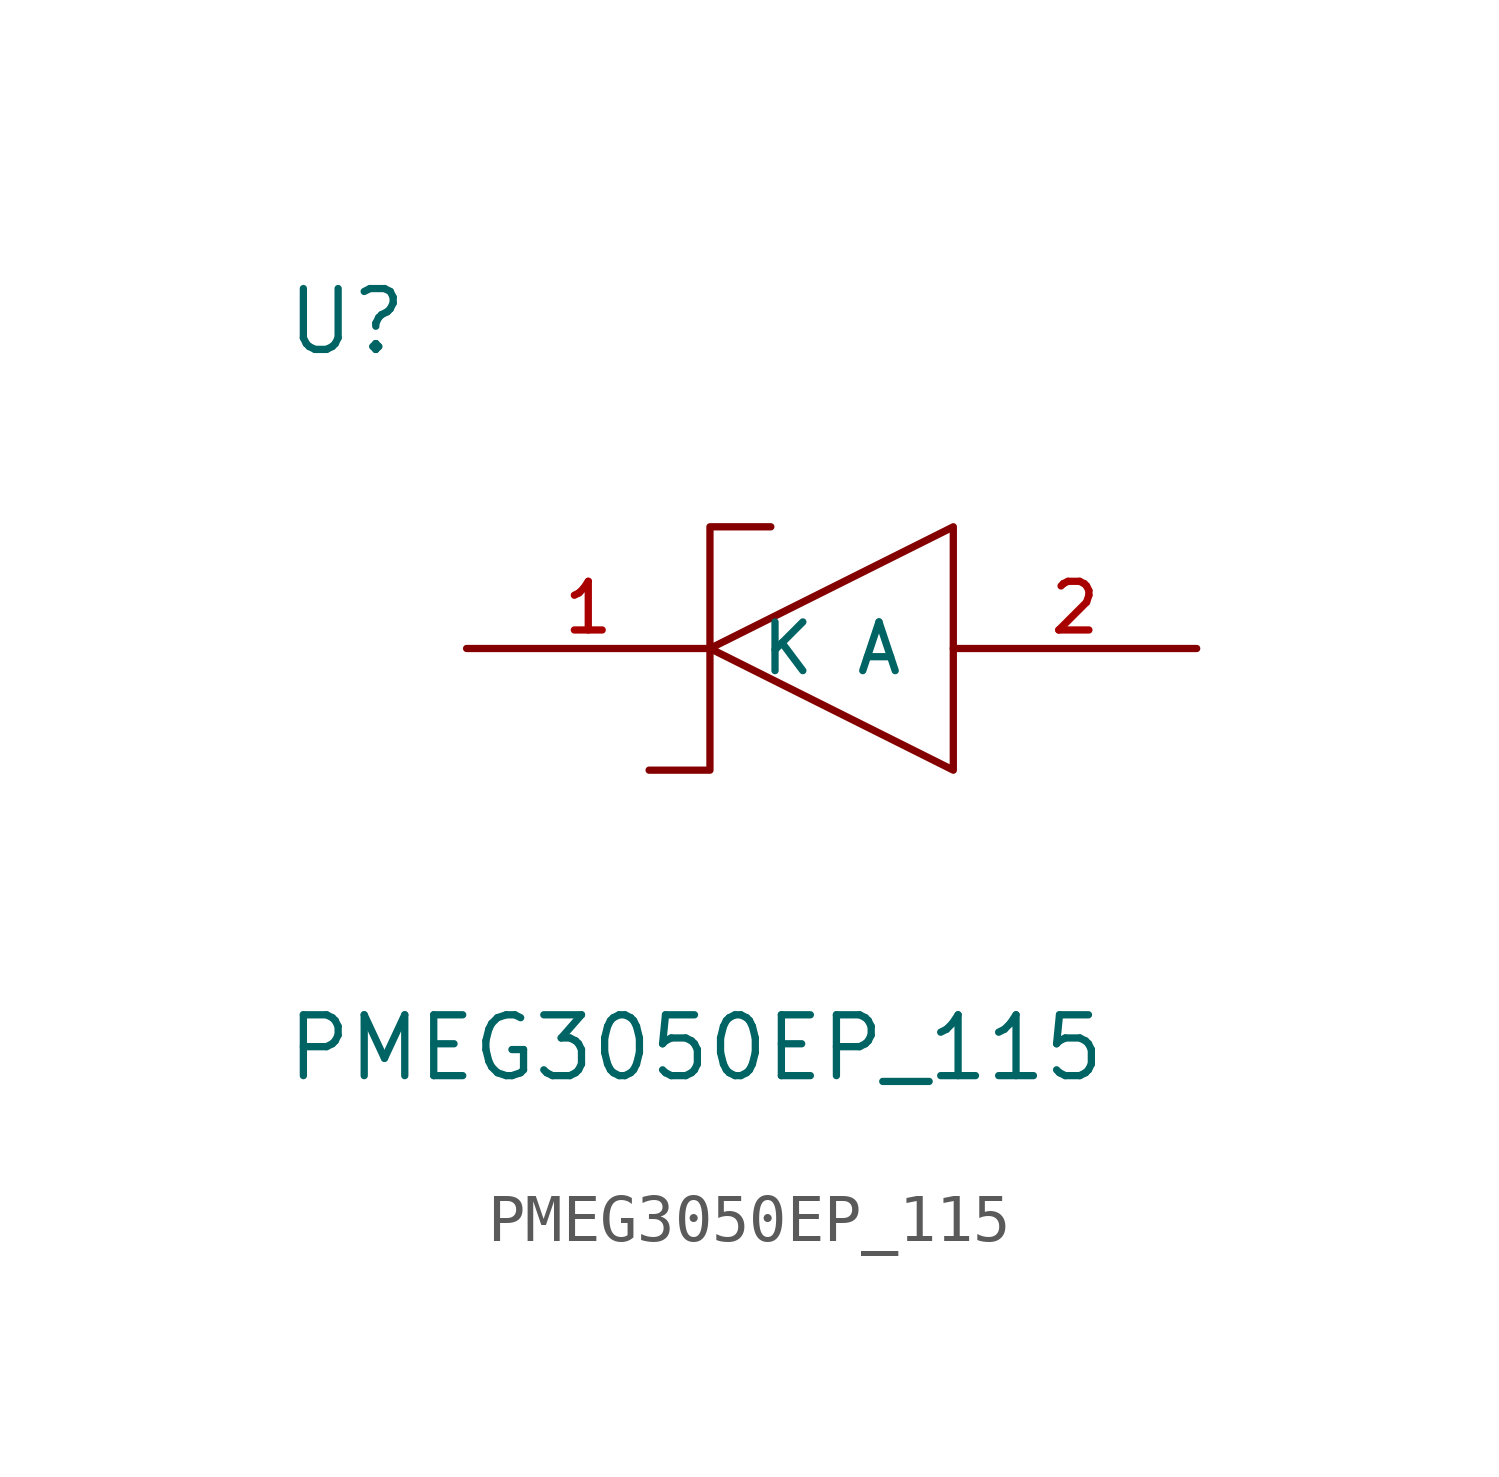
<source format=kicad_sym>
(kicad_symbol_lib
  (version 20231120)
  (generator "kicad_symbol_editor")
  (generator_version "8.0")
  (symbol "PMEG3050EP_115"
    (pin_names
      (offset 1.016))
    (property "Reference" "U"
      (at -12.7 6.08 0)
      (effects (font (size 1.27 1.27)) (justify left bottom)))
    (property "Value" "PMEG3050EP_115"
      (at -12.7 -9.08 0)
      (effects (font (size 1.27 1.27)) (justify left bottom)))
    (symbol "PMEG3050EP_115_0_0"
      (pin bidirectional line (at -8.89 0 0) (length 5.08) (name "K" (effects (font (size 1.016 1.016)))) (number "1" (effects (font (size 1.016 1.016)))))
      (pin bidirectional line (at 6.35 0 180) (length 5.08) (name "A" (effects (font (size 1.016 1.016)))) (number "2" (effects (font (size 1.016 1.016))))))
    (symbol "PMEG3050EP_115_0_1"
      (polyline (pts (xy -5.08 -2.54) (xy -3.81 -2.54) (xy -3.81 2.54) (xy -2.54 2.54)) (stroke (width 0) (type default)) (fill (type none)))
      (polyline (pts (xy 1.27 -2.54) (xy -3.81 0) (xy 1.27 2.54) (xy 1.27 -2.54)) (stroke (width 0) (type default)) (fill (type none))))))
</source>
